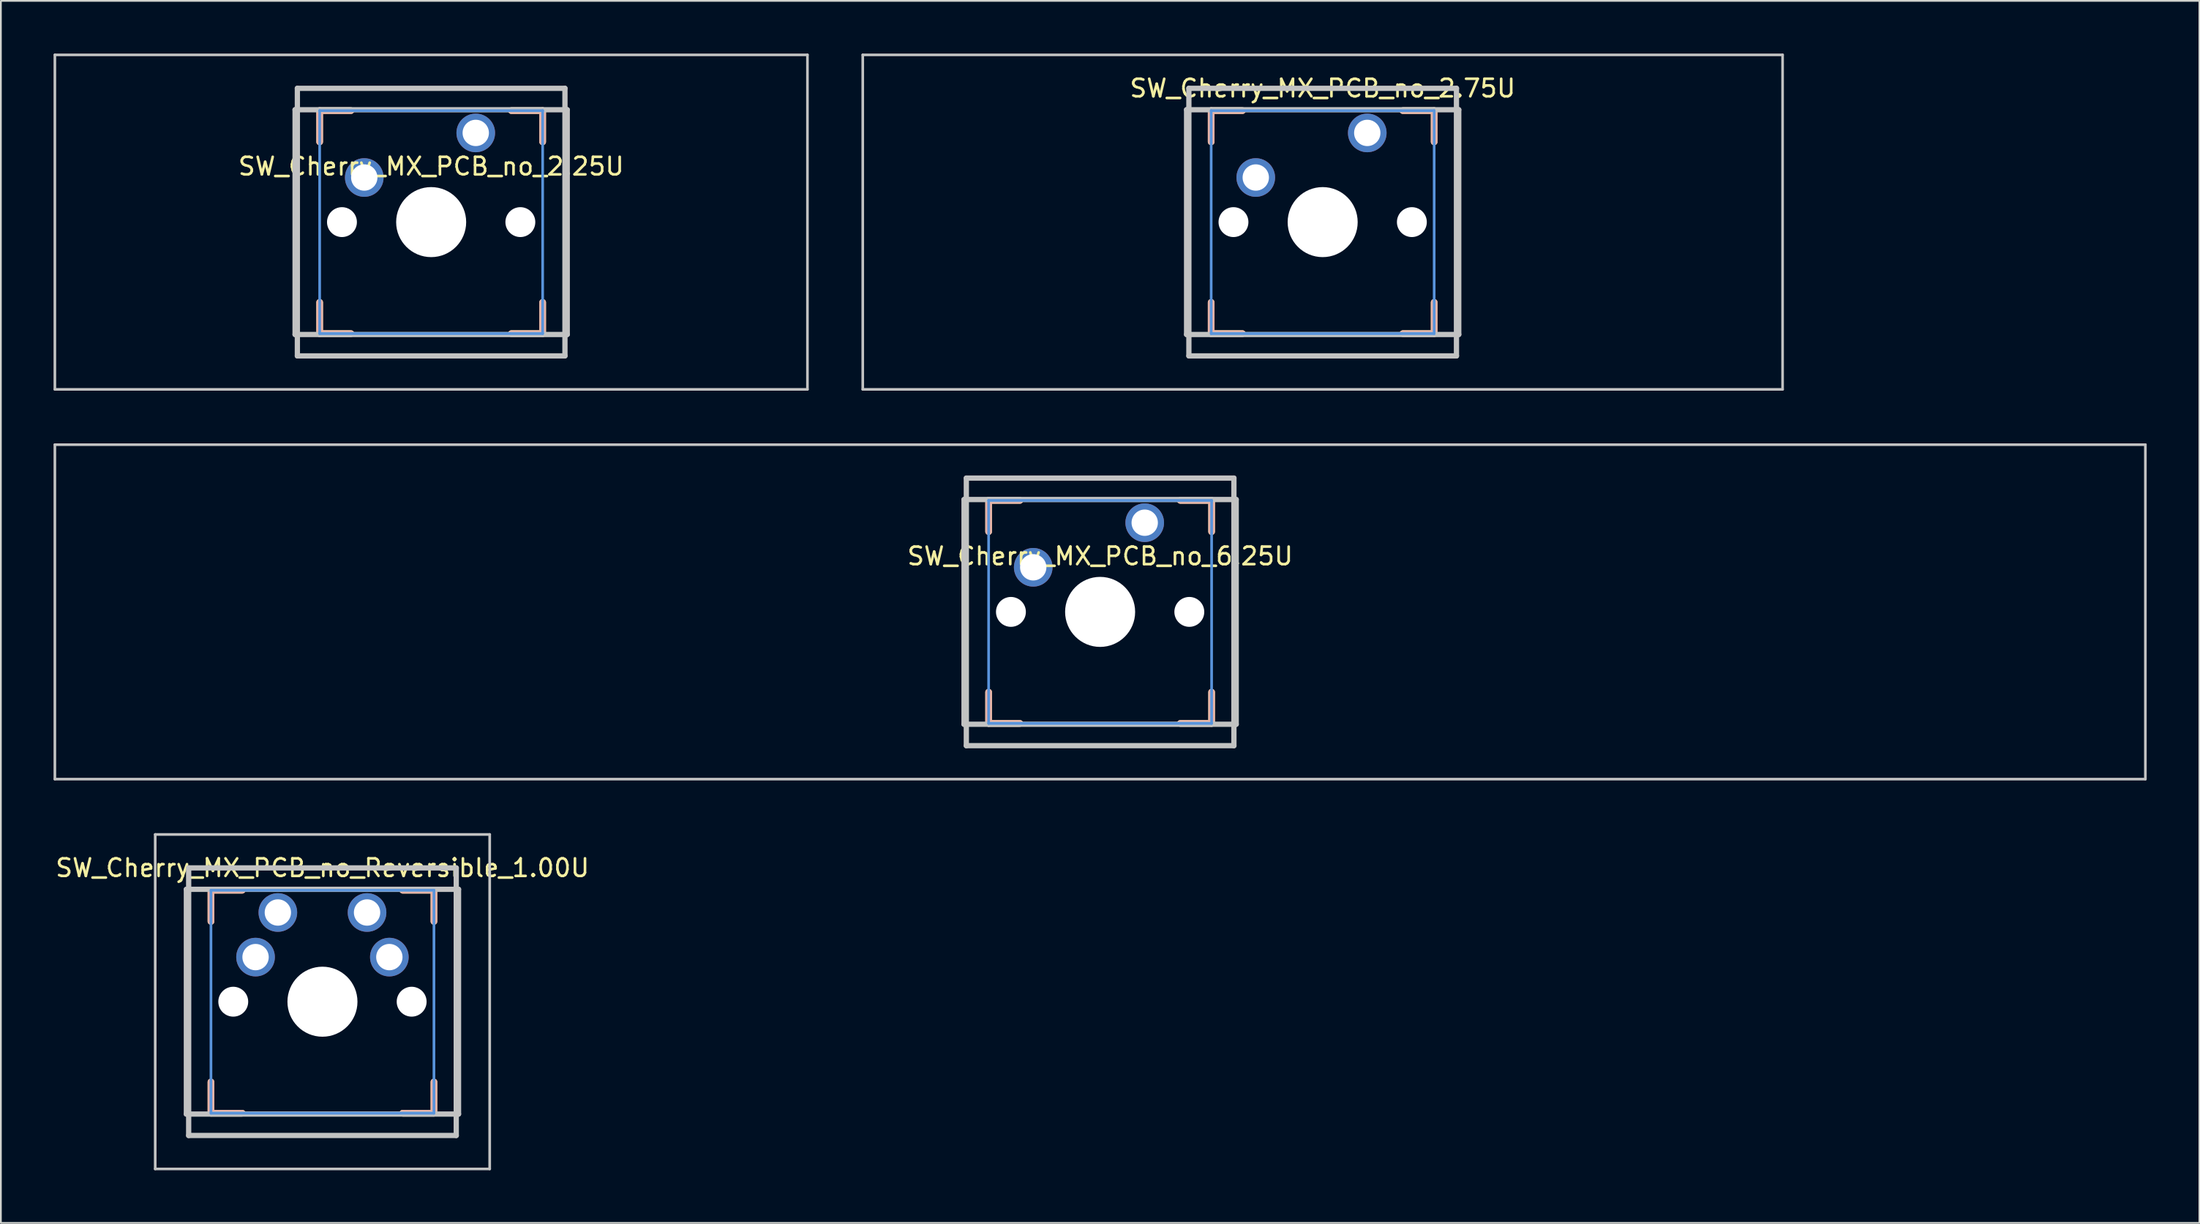
<source format=kicad_pcb>
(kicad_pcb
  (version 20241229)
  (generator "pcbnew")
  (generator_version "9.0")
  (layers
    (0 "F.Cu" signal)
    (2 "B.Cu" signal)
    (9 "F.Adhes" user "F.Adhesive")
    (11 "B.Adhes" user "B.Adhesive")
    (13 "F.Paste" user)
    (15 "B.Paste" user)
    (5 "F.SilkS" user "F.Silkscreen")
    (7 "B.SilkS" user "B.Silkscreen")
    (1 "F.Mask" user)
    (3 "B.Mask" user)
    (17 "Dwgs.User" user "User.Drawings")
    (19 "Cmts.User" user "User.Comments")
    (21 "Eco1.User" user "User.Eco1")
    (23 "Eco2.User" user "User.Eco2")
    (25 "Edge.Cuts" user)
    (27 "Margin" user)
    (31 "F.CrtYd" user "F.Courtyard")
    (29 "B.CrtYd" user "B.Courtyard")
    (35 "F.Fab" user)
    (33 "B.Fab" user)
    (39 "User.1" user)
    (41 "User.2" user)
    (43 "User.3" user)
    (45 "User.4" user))
  (footprint "SW_Cherry_MX_PCB_no_Reversible_1.00U"
    (layer "F.Cu")
    (at 15.315 54.001)
    (property "Reference" "SW_Cherry_MX_PCB_no_Reversible_1.00U" (at 0 -7.62 0) (layer "F.SilkS") (effects (font (size 1 1) (thickness 0.15))))
    (attr exclude_from_pos_files exclude_from_bom)
    (fp_line (start -6.35 -6.35) (end -4.572 -6.35) (stroke (width 0.381) (type solid)) (layer "F.SilkS"))
    (fp_line (start -6.35 -4.572) (end -6.35 -6.35) (stroke (width 0.381) (type solid)) (layer "F.SilkS"))
    (fp_line (start -6.35 6.35) (end -6.35 4.572) (stroke (width 0.381) (type solid)) (layer "F.SilkS"))
    (fp_line (start -4.572 6.35) (end -6.35 6.35) (stroke (width 0.381) (type solid)) (layer "F.SilkS"))
    (fp_line (start 4.572 -6.35) (end 6.35 -6.35) (stroke (width 0.381) (type solid)) (layer "F.SilkS"))
    (fp_line (start 6.35 -6.35) (end 6.35 -4.572) (stroke (width 0.381) (type solid)) (layer "F.SilkS"))
    (fp_line (start 6.35 4.572) (end 6.35 6.35) (stroke (width 0.381) (type solid)) (layer "F.SilkS"))
    (fp_line (start 6.35 6.35) (end 4.572 6.35) (stroke (width 0.381) (type solid)) (layer "F.SilkS"))
    (fp_line (start -6.35 -6.35) (end -6.35 -4.572) (stroke (width 0.381) (type solid)) (layer "B.SilkS"))
    (fp_line (start -6.35 4.572) (end -6.35 6.35) (stroke (width 0.381) (type solid)) (layer "B.SilkS"))
    (fp_line (start -6.35 6.35) (end -4.572 6.35) (stroke (width 0.381) (type solid)) (layer "B.SilkS"))
    (fp_line (start -4.572 -6.35) (end -6.35 -6.35) (stroke (width 0.381) (type solid)) (layer "B.SilkS"))
    (fp_line (start 4.572 6.35) (end 6.35 6.35) (stroke (width 0.381) (type solid)) (layer "B.SilkS"))
    (fp_line (start 6.35 -6.35) (end 4.572 -6.35) (stroke (width 0.381) (type solid)) (layer "B.SilkS"))
    (fp_line (start 6.35 -4.572) (end 6.35 -6.35) (stroke (width 0.381) (type solid)) (layer "B.SilkS"))
    (fp_line (start 6.35 6.35) (end 6.35 4.572) (stroke (width 0.381) (type solid)) (layer "B.SilkS"))
    (fp_line (start -9.525 -9.525) (end 9.525 -9.525) (stroke (width 0.152) (type solid)) (layer "Dwgs.User"))
    (fp_line (start -9.525 9.525) (end -9.525 -9.525) (stroke (width 0.152) (type solid)) (layer "Dwgs.User"))
    (fp_line (start -7.75 6.4) (end -7.75 -6.4) (stroke (width 0.3) (type solid)) (layer "Dwgs.User"))
    (fp_line (start -7.75 6.4) (end 7.75 6.4) (stroke (width 0.3) (type solid)) (layer "Dwgs.User"))
    (fp_line (start -7.62 -7.62) (end 7.62 -7.62) (stroke (width 0.3) (type solid)) (layer "Dwgs.User"))
    (fp_line (start -7.62 7.62) (end -7.62 -7.62) (stroke (width 0.3) (type solid)) (layer "Dwgs.User"))
    (fp_line (start 7.62 -7.62) (end 7.62 7.62) (stroke (width 0.3) (type solid)) (layer "Dwgs.User"))
    (fp_line (start 7.62 7.62) (end -7.62 7.62) (stroke (width 0.3) (type solid)) (layer "Dwgs.User"))
    (fp_line (start 7.75 -6.4) (end -7.75 -6.4) (stroke (width 0.3) (type solid)) (layer "Dwgs.User"))
    (fp_line (start 7.75 6.4) (end 7.75 -6.4) (stroke (width 0.3) (type solid)) (layer "Dwgs.User"))
    (fp_line (start 9.525 -9.525) (end 9.525 9.525) (stroke (width 0.152) (type solid)) (layer "Dwgs.User"))
    (fp_line (start 9.525 9.525) (end -9.525 9.525) (stroke (width 0.152) (type solid)) (layer "Dwgs.User"))
    (fp_line (start -6.35 -6.35) (end 6.35 -6.35) (stroke (width 0.152) (type solid)) (layer "Cmts.User"))
    (fp_line (start -6.35 6.35) (end -6.35 -6.35) (stroke (width 0.152) (type solid)) (layer "Cmts.User"))
    (fp_line (start 6.35 -6.35) (end 6.35 6.35) (stroke (width 0.152) (type solid)) (layer "Cmts.User"))
    (fp_line (start 6.35 6.35) (end -6.35 6.35) (stroke (width 0.152) (type solid)) (layer "Cmts.User"))
    (fp_line (start -6.985 -6.985) (end 6.985 -6.985) (stroke (width 0.152) (type solid)) (layer "Eco2.User"))
    (fp_line (start -6.985 6.985) (end -6.985 -6.985) (stroke (width 0.152) (type solid)) (layer "Eco2.User"))
    (fp_line (start 6.985 -6.985) (end 6.985 6.985) (stroke (width 0.152) (type solid)) (layer "Eco2.User"))
    (fp_line (start 6.985 6.985) (end -6.985 6.985) (stroke (width 0.152) (type solid)) (layer "Eco2.User"))
    (pad "" np_thru_hole circle (at -5.08 0) (size 1.702 1.702) (drill 1.702) (layers "*.Cu" "*.Mask"))
    (pad "" np_thru_hole circle (at 0 0) (size 3.988 3.988) (drill 3.988) (layers "*.Cu" "*.Mask"))
    (pad "" np_thru_hole circle (at 5.08 0) (size 1.702 1.702) (drill 1.702) (layers "*.Cu" "*.Mask"))
    (pad "1" thru_hole circle (at -3.81 -2.54) (size 2.2 2.2) (drill 1.5) (layers "*.Cu" "*.Mask"))
    (pad "1" thru_hole circle (at -2.54 -5.08) (size 2.2 2.2) (drill 1.5) (layers "*.Cu" "*.Mask"))
    (pad "2" thru_hole circle (at 2.54 -5.08) (size 2.2 2.2) (drill 1.5) (layers "*.Cu" "*.Mask"))
    (pad "2" thru_hole circle (at 3.81 -2.54) (size 2.2 2.2) (drill 1.5) (layers "*.Cu" "*.Mask")))
  (footprint "SW_Cherry_MX_PCB_no_6.25U"
    (layer "F.Cu")
    (at 59.606 31.8)
    (property "Reference" "SW_Cherry_MX_PCB_no_6.25U" (at 0 -3.175 0) (layer "F.SilkS") (effects (font (size 1 1) (thickness 0.15))))
    (attr exclude_from_pos_files exclude_from_bom)
    (fp_line (start -6.35 -6.35) (end -4.572 -6.35) (stroke (width 0.381) (type solid)) (layer "F.SilkS"))
    (fp_line (start -6.35 -4.572) (end -6.35 -6.35) (stroke (width 0.381) (type solid)) (layer "F.SilkS"))
    (fp_line (start -6.35 6.35) (end -6.35 4.572) (stroke (width 0.381) (type solid)) (layer "F.SilkS"))
    (fp_line (start -4.572 6.35) (end -6.35 6.35) (stroke (width 0.381) (type solid)) (layer "F.SilkS"))
    (fp_line (start 4.572 -6.35) (end 6.35 -6.35) (stroke (width 0.381) (type solid)) (layer "F.SilkS"))
    (fp_line (start 6.35 -6.35) (end 6.35 -4.572) (stroke (width 0.381) (type solid)) (layer "F.SilkS"))
    (fp_line (start 6.35 4.572) (end 6.35 6.35) (stroke (width 0.381) (type solid)) (layer "F.SilkS"))
    (fp_line (start 6.35 6.35) (end 4.572 6.35) (stroke (width 0.381) (type solid)) (layer "F.SilkS"))
    (fp_line (start -6.35 -6.35) (end -6.35 -4.572) (stroke (width 0.381) (type solid)) (layer "B.SilkS"))
    (fp_line (start -6.35 4.572) (end -6.35 6.35) (stroke (width 0.381) (type solid)) (layer "B.SilkS"))
    (fp_line (start -6.35 6.35) (end -4.572 6.35) (stroke (width 0.381) (type solid)) (layer "B.SilkS"))
    (fp_line (start -4.572 -6.35) (end -6.35 -6.35) (stroke (width 0.381) (type solid)) (layer "B.SilkS"))
    (fp_line (start 4.572 6.35) (end 6.35 6.35) (stroke (width 0.381) (type solid)) (layer "B.SilkS"))
    (fp_line (start 6.35 -6.35) (end 4.572 -6.35) (stroke (width 0.381) (type solid)) (layer "B.SilkS"))
    (fp_line (start 6.35 -4.572) (end 6.35 -6.35) (stroke (width 0.381) (type solid)) (layer "B.SilkS"))
    (fp_line (start 6.35 6.35) (end 6.35 4.572) (stroke (width 0.381) (type solid)) (layer "B.SilkS"))
    (fp_line (start -59.531 -9.525) (end 59.531 -9.525) (stroke (width 0.15) (type solid)) (layer "Dwgs.User"))
    (fp_line (start -59.531 9.525) (end -59.531 -9.525) (stroke (width 0.15) (type solid)) (layer "Dwgs.User"))
    (fp_line (start -7.75 6.4) (end -7.75 -6.4) (stroke (width 0.3) (type solid)) (layer "Dwgs.User"))
    (fp_line (start -7.75 6.4) (end 7.75 6.4) (stroke (width 0.3) (type solid)) (layer "Dwgs.User"))
    (fp_line (start -7.62 -7.62) (end 7.62 -7.62) (stroke (width 0.3) (type solid)) (layer "Dwgs.User"))
    (fp_line (start -7.62 7.62) (end -7.62 -7.62) (stroke (width 0.3) (type solid)) (layer "Dwgs.User"))
    (fp_line (start 7.62 -7.62) (end 7.62 7.62) (stroke (width 0.3) (type solid)) (layer "Dwgs.User"))
    (fp_line (start 7.62 7.62) (end -7.62 7.62) (stroke (width 0.3) (type solid)) (layer "Dwgs.User"))
    (fp_line (start 7.75 -6.4) (end -7.75 -6.4) (stroke (width 0.3) (type solid)) (layer "Dwgs.User"))
    (fp_line (start 7.75 6.4) (end 7.75 -6.4) (stroke (width 0.3) (type solid)) (layer "Dwgs.User"))
    (fp_line (start 59.531 -9.525) (end 59.531 9.525) (stroke (width 0.15) (type solid)) (layer "Dwgs.User"))
    (fp_line (start 59.531 9.525) (end -59.531 9.525) (stroke (width 0.15) (type solid)) (layer "Dwgs.User"))
    (fp_line (start -6.35 -6.35) (end 6.35 -6.35) (stroke (width 0.152) (type solid)) (layer "Cmts.User"))
    (fp_line (start -6.35 6.35) (end -6.35 -6.35) (stroke (width 0.152) (type solid)) (layer "Cmts.User"))
    (fp_line (start 6.35 -6.35) (end 6.35 6.35) (stroke (width 0.152) (type solid)) (layer "Cmts.User"))
    (fp_line (start 6.35 6.35) (end -6.35 6.35) (stroke (width 0.152) (type solid)) (layer "Cmts.User"))
    (fp_line (start -6.985 -6.985) (end 6.985 -6.985) (stroke (width 0.152) (type solid)) (layer "Eco2.User"))
    (fp_line (start -6.985 6.985) (end -6.985 -6.985) (stroke (width 0.152) (type solid)) (layer "Eco2.User"))
    (fp_line (start 6.985 -6.985) (end 6.985 6.985) (stroke (width 0.152) (type solid)) (layer "Eco2.User"))
    (fp_line (start 6.985 6.985) (end -6.985 6.985) (stroke (width 0.152) (type solid)) (layer "Eco2.User"))
    (pad "" np_thru_hole circle (at -5.08 0) (size 1.702 1.702) (drill 1.702) (layers "*.Cu" "*.Mask"))
    (pad "" np_thru_hole circle (at 0 0) (size 3.988 3.988) (drill 3.988) (layers "*.Cu" "*.Mask"))
    (pad "" np_thru_hole circle (at 5.08 0) (size 1.702 1.702) (drill 1.702) (layers "*.Cu" "*.Mask"))
    (pad "1" thru_hole circle (at -3.81 -2.54) (size 2.2 2.2) (drill 1.5) (layers "*.Cu" "*.Mask"))
    (pad "2" thru_hole circle (at 2.54 -5.08) (size 2.2 2.2) (drill 1.5) (layers "*.Cu" "*.Mask")))
  (footprint "SW_Cherry_MX_PCB_no_2.75U"
    (layer "F.Cu")
    (at 72.281 9.6)
    (property "Reference" "SW_Cherry_MX_PCB_no_2.75U" (at 0 -7.62 0) (layer "F.SilkS") (effects (font (size 1 1) (thickness 0.15))))
    (attr through_hole)
    (fp_line (start -6.35 -6.35) (end -4.572 -6.35) (stroke (width 0.381) (type solid)) (layer "F.SilkS"))
    (fp_line (start -6.35 -4.572) (end -6.35 -6.35) (stroke (width 0.381) (type solid)) (layer "F.SilkS"))
    (fp_line (start -6.35 6.35) (end -6.35 4.572) (stroke (width 0.381) (type solid)) (layer "F.SilkS"))
    (fp_line (start -4.572 6.35) (end -6.35 6.35) (stroke (width 0.381) (type solid)) (layer "F.SilkS"))
    (fp_line (start 4.572 -6.35) (end 6.35 -6.35) (stroke (width 0.381) (type solid)) (layer "F.SilkS"))
    (fp_line (start 6.35 -6.35) (end 6.35 -4.572) (stroke (width 0.381) (type solid)) (layer "F.SilkS"))
    (fp_line (start 6.35 4.572) (end 6.35 6.35) (stroke (width 0.381) (type solid)) (layer "F.SilkS"))
    (fp_line (start 6.35 6.35) (end 4.572 6.35) (stroke (width 0.381) (type solid)) (layer "F.SilkS"))
    (fp_line (start -6.35 -6.35) (end -6.35 -4.572) (stroke (width 0.381) (type solid)) (layer "B.SilkS"))
    (fp_line (start -6.35 4.572) (end -6.35 6.35) (stroke (width 0.381) (type solid)) (layer "B.SilkS"))
    (fp_line (start -6.35 6.35) (end -4.572 6.35) (stroke (width 0.381) (type solid)) (layer "B.SilkS"))
    (fp_line (start -4.572 -6.35) (end -6.35 -6.35) (stroke (width 0.381) (type solid)) (layer "B.SilkS"))
    (fp_line (start 4.572 6.35) (end 6.35 6.35) (stroke (width 0.381) (type solid)) (layer "B.SilkS"))
    (fp_line (start 6.35 -6.35) (end 4.572 -6.35) (stroke (width 0.381) (type solid)) (layer "B.SilkS"))
    (fp_line (start 6.35 -4.572) (end 6.35 -6.35) (stroke (width 0.381) (type solid)) (layer "B.SilkS"))
    (fp_line (start 6.35 6.35) (end 6.35 4.572) (stroke (width 0.381) (type solid)) (layer "B.SilkS"))
    (fp_line (start -26.194 -9.525) (end 26.194 -9.525) (stroke (width 0.15) (type solid)) (layer "Dwgs.User"))
    (fp_line (start -26.194 9.525) (end -26.194 -9.525) (stroke (width 0.15) (type solid)) (layer "Dwgs.User"))
    (fp_line (start -7.75 6.4) (end -7.75 -6.4) (stroke (width 0.3) (type solid)) (layer "Dwgs.User"))
    (fp_line (start -7.75 6.4) (end 7.75 6.4) (stroke (width 0.3) (type solid)) (layer "Dwgs.User"))
    (fp_line (start -7.62 -7.62) (end 7.62 -7.62) (stroke (width 0.3) (type solid)) (layer "Dwgs.User"))
    (fp_line (start -7.62 7.62) (end -7.62 -7.62) (stroke (width 0.3) (type solid)) (layer "Dwgs.User"))
    (fp_line (start 7.62 -7.62) (end 7.62 7.62) (stroke (width 0.3) (type solid)) (layer "Dwgs.User"))
    (fp_line (start 7.62 7.62) (end -7.62 7.62) (stroke (width 0.3) (type solid)) (layer "Dwgs.User"))
    (fp_line (start 7.75 -6.4) (end -7.75 -6.4) (stroke (width 0.3) (type solid)) (layer "Dwgs.User"))
    (fp_line (start 7.75 6.4) (end 7.75 -6.4) (stroke (width 0.3) (type solid)) (layer "Dwgs.User"))
    (fp_line (start 26.194 -9.525) (end 26.194 9.525) (stroke (width 0.15) (type solid)) (layer "Dwgs.User"))
    (fp_line (start 26.194 9.525) (end -26.194 9.525) (stroke (width 0.15) (type solid)) (layer "Dwgs.User"))
    (fp_line (start -6.35 -6.35) (end 6.35 -6.35) (stroke (width 0.152) (type solid)) (layer "Cmts.User"))
    (fp_line (start -6.35 6.35) (end -6.35 -6.35) (stroke (width 0.152) (type solid)) (layer "Cmts.User"))
    (fp_line (start 6.35 -6.35) (end 6.35 6.35) (stroke (width 0.152) (type solid)) (layer "Cmts.User"))
    (fp_line (start 6.35 6.35) (end -6.35 6.35) (stroke (width 0.152) (type solid)) (layer "Cmts.User"))
    (fp_line (start -6.985 -6.985) (end 6.985 -6.985) (stroke (width 0.152) (type solid)) (layer "Eco2.User"))
    (fp_line (start -6.985 6.985) (end -6.985 -6.985) (stroke (width 0.152) (type solid)) (layer "Eco2.User"))
    (fp_line (start 6.985 -6.985) (end 6.985 6.985) (stroke (width 0.152) (type solid)) (layer "Eco2.User"))
    (fp_line (start 6.985 6.985) (end -6.985 6.985) (stroke (width 0.152) (type solid)) (layer "Eco2.User"))
    (pad "" np_thru_hole circle (at -5.08 0) (size 1.702 1.702) (drill 1.702) (layers "*.Cu" "*.Mask"))
    (pad "" np_thru_hole circle (at 0 0) (size 3.988 3.988) (drill 3.988) (layers "*.Cu" "*.Mask"))
    (pad "" np_thru_hole circle (at 5.08 0) (size 1.702 1.702) (drill 1.702) (layers "*.Cu" "*.Mask"))
    (pad "1" thru_hole circle (at 2.54 -5.08) (size 2.2 2.2) (drill 1.5) (layers "*.Cu" "*.Mask"))
    (pad "2" thru_hole circle (at -3.81 -2.54) (size 2.2 2.2) (drill 1.5) (layers "*.Cu" "*.Mask")))
  (footprint "SW_Cherry_MX_PCB_no_2.25U"
    (layer "F.Cu")
    (at 21.506 9.6)
    (property "Reference" "SW_Cherry_MX_PCB_no_2.25U" (at 0 -3.175 0) (layer "F.SilkS") (effects (font (size 1 1) (thickness 0.15))))
    (attr exclude_from_pos_files exclude_from_bom)
    (fp_line (start -6.35 -6.35) (end -4.572 -6.35) (stroke (width 0.381) (type solid)) (layer "F.SilkS"))
    (fp_line (start -6.35 -4.572) (end -6.35 -6.35) (stroke (width 0.381) (type solid)) (layer "F.SilkS"))
    (fp_line (start -6.35 6.35) (end -6.35 4.572) (stroke (width 0.381) (type solid)) (layer "F.SilkS"))
    (fp_line (start -4.572 6.35) (end -6.35 6.35) (stroke (width 0.381) (type solid)) (layer "F.SilkS"))
    (fp_line (start 4.572 -6.35) (end 6.35 -6.35) (stroke (width 0.381) (type solid)) (layer "F.SilkS"))
    (fp_line (start 6.35 -6.35) (end 6.35 -4.572) (stroke (width 0.381) (type solid)) (layer "F.SilkS"))
    (fp_line (start 6.35 4.572) (end 6.35 6.35) (stroke (width 0.381) (type solid)) (layer "F.SilkS"))
    (fp_line (start 6.35 6.35) (end 4.572 6.35) (stroke (width 0.381) (type solid)) (layer "F.SilkS"))
    (fp_line (start -6.35 -6.35) (end -6.35 -4.572) (stroke (width 0.381) (type solid)) (layer "B.SilkS"))
    (fp_line (start -6.35 4.572) (end -6.35 6.35) (stroke (width 0.381) (type solid)) (layer "B.SilkS"))
    (fp_line (start -6.35 6.35) (end -4.572 6.35) (stroke (width 0.381) (type solid)) (layer "B.SilkS"))
    (fp_line (start -4.572 -6.35) (end -6.35 -6.35) (stroke (width 0.381) (type solid)) (layer "B.SilkS"))
    (fp_line (start 4.572 6.35) (end 6.35 6.35) (stroke (width 0.381) (type solid)) (layer "B.SilkS"))
    (fp_line (start 6.35 -6.35) (end 4.572 -6.35) (stroke (width 0.381) (type solid)) (layer "B.SilkS"))
    (fp_line (start 6.35 -4.572) (end 6.35 -6.35) (stroke (width 0.381) (type solid)) (layer "B.SilkS"))
    (fp_line (start 6.35 6.35) (end 6.35 4.572) (stroke (width 0.381) (type solid)) (layer "B.SilkS"))
    (fp_line (start -21.431 -9.525) (end 21.431 -9.525) (stroke (width 0.15) (type solid)) (layer "Dwgs.User"))
    (fp_line (start -21.431 9.525) (end -21.431 -9.525) (stroke (width 0.15) (type solid)) (layer "Dwgs.User"))
    (fp_line (start -7.75 6.4) (end -7.75 -6.4) (stroke (width 0.3) (type solid)) (layer "Dwgs.User"))
    (fp_line (start -7.75 6.4) (end 7.75 6.4) (stroke (width 0.3) (type solid)) (layer "Dwgs.User"))
    (fp_line (start -7.62 -7.62) (end 7.62 -7.62) (stroke (width 0.3) (type solid)) (layer "Dwgs.User"))
    (fp_line (start -7.62 7.62) (end -7.62 -7.62) (stroke (width 0.3) (type solid)) (layer "Dwgs.User"))
    (fp_line (start 7.62 -7.62) (end 7.62 7.62) (stroke (width 0.3) (type solid)) (layer "Dwgs.User"))
    (fp_line (start 7.62 7.62) (end -7.62 7.62) (stroke (width 0.3) (type solid)) (layer "Dwgs.User"))
    (fp_line (start 7.75 -6.4) (end -7.75 -6.4) (stroke (width 0.3) (type solid)) (layer "Dwgs.User"))
    (fp_line (start 7.75 6.4) (end 7.75 -6.4) (stroke (width 0.3) (type solid)) (layer "Dwgs.User"))
    (fp_line (start 21.431 -9.525) (end 21.431 9.525) (stroke (width 0.15) (type solid)) (layer "Dwgs.User"))
    (fp_line (start 21.431 9.525) (end -21.431 9.525) (stroke (width 0.15) (type solid)) (layer "Dwgs.User"))
    (fp_line (start -6.35 -6.35) (end 6.35 -6.35) (stroke (width 0.152) (type solid)) (layer "Cmts.User"))
    (fp_line (start -6.35 6.35) (end -6.35 -6.35) (stroke (width 0.152) (type solid)) (layer "Cmts.User"))
    (fp_line (start 6.35 -6.35) (end 6.35 6.35) (stroke (width 0.152) (type solid)) (layer "Cmts.User"))
    (fp_line (start 6.35 6.35) (end -6.35 6.35) (stroke (width 0.152) (type solid)) (layer "Cmts.User"))
    (fp_line (start -6.985 -6.985) (end 6.985 -6.985) (stroke (width 0.152) (type solid)) (layer "Eco2.User"))
    (fp_line (start -6.985 6.985) (end -6.985 -6.985) (stroke (width 0.152) (type solid)) (layer "Eco2.User"))
    (fp_line (start 6.985 -6.985) (end 6.985 6.985) (stroke (width 0.152) (type solid)) (layer "Eco2.User"))
    (fp_line (start 6.985 6.985) (end -6.985 6.985) (stroke (width 0.152) (type solid)) (layer "Eco2.User"))
    (pad "" np_thru_hole circle (at -5.08 0) (size 1.702 1.702) (drill 1.702) (layers "*.Cu" "*.Mask"))
    (pad "" np_thru_hole circle (at 0 0) (size 3.988 3.988) (drill 3.988) (layers "*.Cu" "*.Mask"))
    (pad "" np_thru_hole circle (at 5.08 0) (size 1.702 1.702) (drill 1.702) (layers "*.Cu" "*.Mask"))
    (pad "1" thru_hole circle (at -3.81 -2.54) (size 2.2 2.2) (drill 1.5) (layers "*.Cu" "*.Mask"))
    (pad "2" thru_hole circle (at 2.54 -5.08) (size 2.2 2.2) (drill 1.5) (layers "*.Cu" "*.Mask")))
  (gr_rect
    (start -3 -3)
    (end 122.213 66.602)
    (stroke (width 0.1) (type default))
    (fill no)
    (layer "Edge.Cuts")))
</source>
